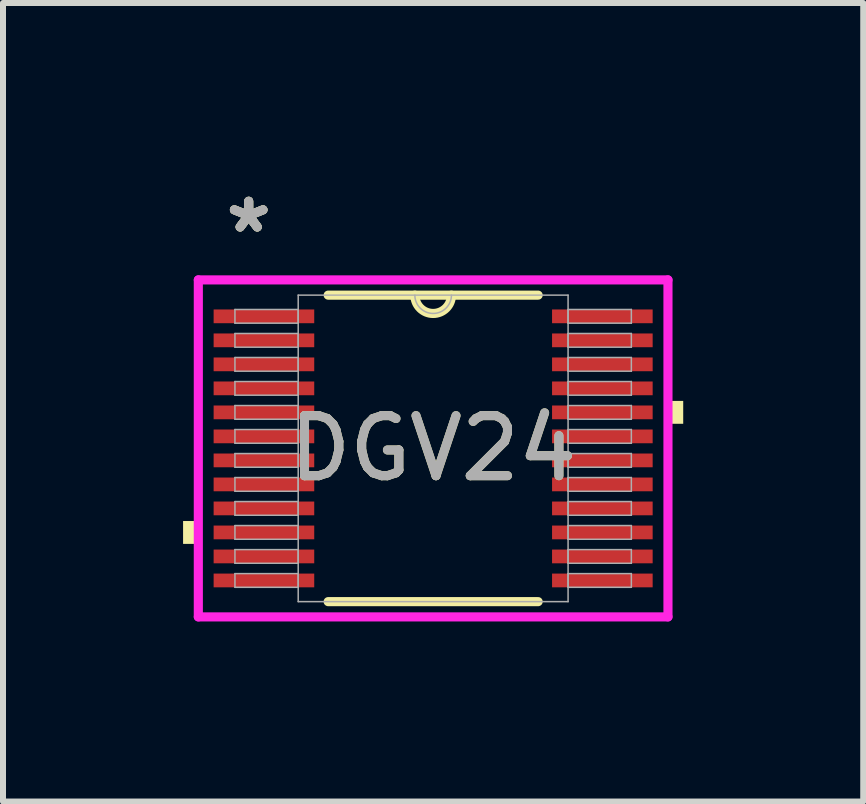
<source format=kicad_pcb>
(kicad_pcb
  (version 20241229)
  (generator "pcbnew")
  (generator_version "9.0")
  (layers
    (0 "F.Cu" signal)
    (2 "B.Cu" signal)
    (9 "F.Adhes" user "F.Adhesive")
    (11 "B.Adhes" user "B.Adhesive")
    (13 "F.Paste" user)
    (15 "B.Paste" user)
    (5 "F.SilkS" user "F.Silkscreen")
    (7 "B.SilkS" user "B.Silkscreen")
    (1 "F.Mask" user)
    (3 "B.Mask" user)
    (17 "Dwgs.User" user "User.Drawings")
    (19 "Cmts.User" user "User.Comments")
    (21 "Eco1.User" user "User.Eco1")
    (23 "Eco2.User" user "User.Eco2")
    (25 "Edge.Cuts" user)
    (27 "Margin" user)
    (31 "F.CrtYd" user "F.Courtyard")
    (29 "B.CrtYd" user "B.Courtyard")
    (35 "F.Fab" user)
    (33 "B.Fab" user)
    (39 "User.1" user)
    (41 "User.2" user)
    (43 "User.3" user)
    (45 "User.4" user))
  (footprint "DGV24"
    (layer "F.Cu")
    (at 4.166 4.42)
    (property "Reference" "DGV24" (at 0 0 0) (unlocked yes) (layer "F.SilkS") (effects (font (size 1 1) (thickness 0.15))))
    (attr smd)
    (fp_line (start -1.749 2.553) (end 1.749 2.553) (stroke (width 0.152) (type solid)) (layer "F.SilkS"))
    (fp_line (start 1.749 -2.553) (end -1.749 -2.553) (stroke (width 0.152) (type solid)) (layer "F.SilkS"))
    (fp_arc (start 0.3048 -2.5527) (mid 0 -2.2479) (end -0.3048 -2.5527) (stroke (width 0.1524) (type solid)) (layer "F.SilkS"))
    (fp_poly (pts (xy -4.166 1.21) (xy -4.166 1.591) (xy -3.912 1.591) (xy -3.912 1.21)) (stroke (width 0) (type solid)) (fill yes) (layer "F.SilkS"))
    (fp_poly (pts (xy 4.166 -0.791) (xy 4.166 -0.41) (xy 3.912 -0.41) (xy 3.912 -0.791)) (stroke (width 0) (type solid)) (fill yes) (layer "F.SilkS"))
    (fp_line (start -3.912 -2.807) (end 3.912 -2.807) (stroke (width 0.152) (type solid)) (layer "F.CrtYd"))
    (fp_line (start -3.912 2.807) (end -3.912 -2.807) (stroke (width 0.152) (type solid)) (layer "F.CrtYd"))
    (fp_line (start 3.912 -2.807) (end 3.912 2.807) (stroke (width 0.152) (type solid)) (layer "F.CrtYd"))
    (fp_line (start 3.912 2.807) (end -3.912 2.807) (stroke (width 0.152) (type solid)) (layer "F.CrtYd"))
    (fp_line (start -3.302 -2.314) (end -3.302 -2.086) (stroke (width 0.025) (type solid)) (layer "F.Fab"))
    (fp_line (start -3.302 -2.086) (end -2.248 -2.086) (stroke (width 0.025) (type solid)) (layer "F.Fab"))
    (fp_line (start -3.302 -1.914) (end -3.302 -1.686) (stroke (width 0.025) (type solid)) (layer "F.Fab"))
    (fp_line (start -3.302 -1.686) (end -2.248 -1.686) (stroke (width 0.025) (type solid)) (layer "F.Fab"))
    (fp_line (start -3.302 -1.514) (end -3.302 -1.286) (stroke (width 0.025) (type solid)) (layer "F.Fab"))
    (fp_line (start -3.302 -1.286) (end -2.248 -1.286) (stroke (width 0.025) (type solid)) (layer "F.Fab"))
    (fp_line (start -3.302 -1.114) (end -3.302 -0.886) (stroke (width 0.025) (type solid)) (layer "F.Fab"))
    (fp_line (start -3.302 -0.886) (end -2.248 -0.886) (stroke (width 0.025) (type solid)) (layer "F.Fab"))
    (fp_line (start -3.302 -0.714) (end -3.302 -0.486) (stroke (width 0.025) (type solid)) (layer "F.Fab"))
    (fp_line (start -3.302 -0.486) (end -2.248 -0.486) (stroke (width 0.025) (type solid)) (layer "F.Fab"))
    (fp_line (start -3.302 -0.314) (end -3.302 -0.086) (stroke (width 0.025) (type solid)) (layer "F.Fab"))
    (fp_line (start -3.302 -0.086) (end -2.248 -0.086) (stroke (width 0.025) (type solid)) (layer "F.Fab"))
    (fp_line (start -3.302 0.086) (end -3.302 0.314) (stroke (width 0.025) (type solid)) (layer "F.Fab"))
    (fp_line (start -3.302 0.314) (end -2.248 0.314) (stroke (width 0.025) (type solid)) (layer "F.Fab"))
    (fp_line (start -3.302 0.486) (end -3.302 0.714) (stroke (width 0.025) (type solid)) (layer "F.Fab"))
    (fp_line (start -3.302 0.714) (end -2.248 0.714) (stroke (width 0.025) (type solid)) (layer "F.Fab"))
    (fp_line (start -3.302 0.886) (end -3.302 1.114) (stroke (width 0.025) (type solid)) (layer "F.Fab"))
    (fp_line (start -3.302 1.114) (end -2.248 1.114) (stroke (width 0.025) (type solid)) (layer "F.Fab"))
    (fp_line (start -3.302 1.286) (end -3.302 1.514) (stroke (width 0.025) (type solid)) (layer "F.Fab"))
    (fp_line (start -3.302 1.514) (end -2.248 1.514) (stroke (width 0.025) (type solid)) (layer "F.Fab"))
    (fp_line (start -3.302 1.686) (end -3.302 1.914) (stroke (width 0.025) (type solid)) (layer "F.Fab"))
    (fp_line (start -3.302 1.914) (end -2.248 1.914) (stroke (width 0.025) (type solid)) (layer "F.Fab"))
    (fp_line (start -3.302 2.086) (end -3.302 2.314) (stroke (width 0.025) (type solid)) (layer "F.Fab"))
    (fp_line (start -3.302 2.314) (end -2.248 2.314) (stroke (width 0.025) (type solid)) (layer "F.Fab"))
    (fp_line (start -2.248 -2.553) (end -2.248 2.553) (stroke (width 0.025) (type solid)) (layer "F.Fab"))
    (fp_line (start -2.248 -2.314) (end -3.302 -2.314) (stroke (width 0.025) (type solid)) (layer "F.Fab"))
    (fp_line (start -2.248 -2.086) (end -2.248 -2.314) (stroke (width 0.025) (type solid)) (layer "F.Fab"))
    (fp_line (start -2.248 -1.914) (end -3.302 -1.914) (stroke (width 0.025) (type solid)) (layer "F.Fab"))
    (fp_line (start -2.248 -1.686) (end -2.248 -1.914) (stroke (width 0.025) (type solid)) (layer "F.Fab"))
    (fp_line (start -2.248 -1.514) (end -3.302 -1.514) (stroke (width 0.025) (type solid)) (layer "F.Fab"))
    (fp_line (start -2.248 -1.286) (end -2.248 -1.514) (stroke (width 0.025) (type solid)) (layer "F.Fab"))
    (fp_line (start -2.248 -1.114) (end -3.302 -1.114) (stroke (width 0.025) (type solid)) (layer "F.Fab"))
    (fp_line (start -2.248 -0.886) (end -2.248 -1.114) (stroke (width 0.025) (type solid)) (layer "F.Fab"))
    (fp_line (start -2.248 -0.714) (end -3.302 -0.714) (stroke (width 0.025) (type solid)) (layer "F.Fab"))
    (fp_line (start -2.248 -0.486) (end -2.248 -0.714) (stroke (width 0.025) (type solid)) (layer "F.Fab"))
    (fp_line (start -2.248 -0.314) (end -3.302 -0.314) (stroke (width 0.025) (type solid)) (layer "F.Fab"))
    (fp_line (start -2.248 -0.086) (end -2.248 -0.314) (stroke (width 0.025) (type solid)) (layer "F.Fab"))
    (fp_line (start -2.248 0.086) (end -3.302 0.086) (stroke (width 0.025) (type solid)) (layer "F.Fab"))
    (fp_line (start -2.248 0.314) (end -2.248 0.086) (stroke (width 0.025) (type solid)) (layer "F.Fab"))
    (fp_line (start -2.248 0.486) (end -3.302 0.486) (stroke (width 0.025) (type solid)) (layer "F.Fab"))
    (fp_line (start -2.248 0.714) (end -2.248 0.486) (stroke (width 0.025) (type solid)) (layer "F.Fab"))
    (fp_line (start -2.248 0.886) (end -3.302 0.886) (stroke (width 0.025) (type solid)) (layer "F.Fab"))
    (fp_line (start -2.248 1.114) (end -2.248 0.886) (stroke (width 0.025) (type solid)) (layer "F.Fab"))
    (fp_line (start -2.248 1.286) (end -3.302 1.286) (stroke (width 0.025) (type solid)) (layer "F.Fab"))
    (fp_line (start -2.248 1.514) (end -2.248 1.286) (stroke (width 0.025) (type solid)) (layer "F.Fab"))
    (fp_line (start -2.248 1.686) (end -3.302 1.686) (stroke (width 0.025) (type solid)) (layer "F.Fab"))
    (fp_line (start -2.248 1.914) (end -2.248 1.686) (stroke (width 0.025) (type solid)) (layer "F.Fab"))
    (fp_line (start -2.248 2.086) (end -3.302 2.086) (stroke (width 0.025) (type solid)) (layer "F.Fab"))
    (fp_line (start -2.248 2.314) (end -2.248 2.086) (stroke (width 0.025) (type solid)) (layer "F.Fab"))
    (fp_line (start -2.248 2.553) (end 2.248 2.553) (stroke (width 0.025) (type solid)) (layer "F.Fab"))
    (fp_line (start 2.248 -2.553) (end -2.248 -2.553) (stroke (width 0.025) (type solid)) (layer "F.Fab"))
    (fp_line (start 2.248 -2.314) (end 2.248 -2.086) (stroke (width 0.025) (type solid)) (layer "F.Fab"))
    (fp_line (start 2.248 -2.086) (end 3.302 -2.086) (stroke (width 0.025) (type solid)) (layer "F.Fab"))
    (fp_line (start 2.248 -1.914) (end 2.248 -1.686) (stroke (width 0.025) (type solid)) (layer "F.Fab"))
    (fp_line (start 2.248 -1.686) (end 3.302 -1.686) (stroke (width 0.025) (type solid)) (layer "F.Fab"))
    (fp_line (start 2.248 -1.514) (end 2.248 -1.286) (stroke (width 0.025) (type solid)) (layer "F.Fab"))
    (fp_line (start 2.248 -1.286) (end 3.302 -1.286) (stroke (width 0.025) (type solid)) (layer "F.Fab"))
    (fp_line (start 2.248 -1.114) (end 2.248 -0.886) (stroke (width 0.025) (type solid)) (layer "F.Fab"))
    (fp_line (start 2.248 -0.886) (end 3.302 -0.886) (stroke (width 0.025) (type solid)) (layer "F.Fab"))
    (fp_line (start 2.248 -0.714) (end 2.248 -0.486) (stroke (width 0.025) (type solid)) (layer "F.Fab"))
    (fp_line (start 2.248 -0.486) (end 3.302 -0.486) (stroke (width 0.025) (type solid)) (layer "F.Fab"))
    (fp_line (start 2.248 -0.314) (end 2.248 -0.086) (stroke (width 0.025) (type solid)) (layer "F.Fab"))
    (fp_line (start 2.248 -0.086) (end 3.302 -0.086) (stroke (width 0.025) (type solid)) (layer "F.Fab"))
    (fp_line (start 2.248 0.086) (end 2.248 0.314) (stroke (width 0.025) (type solid)) (layer "F.Fab"))
    (fp_line (start 2.248 0.314) (end 3.302 0.314) (stroke (width 0.025) (type solid)) (layer "F.Fab"))
    (fp_line (start 2.248 0.486) (end 2.248 0.714) (stroke (width 0.025) (type solid)) (layer "F.Fab"))
    (fp_line (start 2.248 0.714) (end 3.302 0.714) (stroke (width 0.025) (type solid)) (layer "F.Fab"))
    (fp_line (start 2.248 0.886) (end 2.248 1.114) (stroke (width 0.025) (type solid)) (layer "F.Fab"))
    (fp_line (start 2.248 1.114) (end 3.302 1.114) (stroke (width 0.025) (type solid)) (layer "F.Fab"))
    (fp_line (start 2.248 1.286) (end 2.248 1.514) (stroke (width 0.025) (type solid)) (layer "F.Fab"))
    (fp_line (start 2.248 1.514) (end 3.302 1.514) (stroke (width 0.025) (type solid)) (layer "F.Fab"))
    (fp_line (start 2.248 1.686) (end 2.248 1.914) (stroke (width 0.025) (type solid)) (layer "F.Fab"))
    (fp_line (start 2.248 1.914) (end 3.302 1.914) (stroke (width 0.025) (type solid)) (layer "F.Fab"))
    (fp_line (start 2.248 2.086) (end 2.248 2.314) (stroke (width 0.025) (type solid)) (layer "F.Fab"))
    (fp_line (start 2.248 2.314) (end 3.302 2.314) (stroke (width 0.025) (type solid)) (layer "F.Fab"))
    (fp_line (start 2.248 2.553) (end 2.248 -2.553) (stroke (width 0.025) (type solid)) (layer "F.Fab"))
    (fp_line (start 3.302 -2.314) (end 2.248 -2.314) (stroke (width 0.025) (type solid)) (layer "F.Fab"))
    (fp_line (start 3.302 -2.086) (end 3.302 -2.314) (stroke (width 0.025) (type solid)) (layer "F.Fab"))
    (fp_line (start 3.302 -1.914) (end 2.248 -1.914) (stroke (width 0.025) (type solid)) (layer "F.Fab"))
    (fp_line (start 3.302 -1.686) (end 3.302 -1.914) (stroke (width 0.025) (type solid)) (layer "F.Fab"))
    (fp_line (start 3.302 -1.514) (end 2.248 -1.514) (stroke (width 0.025) (type solid)) (layer "F.Fab"))
    (fp_line (start 3.302 -1.286) (end 3.302 -1.514) (stroke (width 0.025) (type solid)) (layer "F.Fab"))
    (fp_line (start 3.302 -1.114) (end 2.248 -1.114) (stroke (width 0.025) (type solid)) (layer "F.Fab"))
    (fp_line (start 3.302 -0.886) (end 3.302 -1.114) (stroke (width 0.025) (type solid)) (layer "F.Fab"))
    (fp_line (start 3.302 -0.714) (end 2.248 -0.714) (stroke (width 0.025) (type solid)) (layer "F.Fab"))
    (fp_line (start 3.302 -0.486) (end 3.302 -0.714) (stroke (width 0.025) (type solid)) (layer "F.Fab"))
    (fp_line (start 3.302 -0.314) (end 2.248 -0.314) (stroke (width 0.025) (type solid)) (layer "F.Fab"))
    (fp_line (start 3.302 -0.086) (end 3.302 -0.314) (stroke (width 0.025) (type solid)) (layer "F.Fab"))
    (fp_line (start 3.302 0.086) (end 2.248 0.086) (stroke (width 0.025) (type solid)) (layer "F.Fab"))
    (fp_line (start 3.302 0.314) (end 3.302 0.086) (stroke (width 0.025) (type solid)) (layer "F.Fab"))
    (fp_line (start 3.302 0.486) (end 2.248 0.486) (stroke (width 0.025) (type solid)) (layer "F.Fab"))
    (fp_line (start 3.302 0.714) (end 3.302 0.486) (stroke (width 0.025) (type solid)) (layer "F.Fab"))
    (fp_line (start 3.302 0.886) (end 2.248 0.886) (stroke (width 0.025) (type solid)) (layer "F.Fab"))
    (fp_line (start 3.302 1.114) (end 3.302 0.886) (stroke (width 0.025) (type solid)) (layer "F.Fab"))
    (fp_line (start 3.302 1.286) (end 2.248 1.286) (stroke (width 0.025) (type solid)) (layer "F.Fab"))
    (fp_line (start 3.302 1.514) (end 3.302 1.286) (stroke (width 0.025) (type solid)) (layer "F.Fab"))
    (fp_line (start 3.302 1.686) (end 2.248 1.686) (stroke (width 0.025) (type solid)) (layer "F.Fab"))
    (fp_line (start 3.302 1.914) (end 3.302 1.686) (stroke (width 0.025) (type solid)) (layer "F.Fab"))
    (fp_line (start 3.302 2.086) (end 2.248 2.086) (stroke (width 0.025) (type solid)) (layer "F.Fab"))
    (fp_line (start 3.302 2.314) (end 3.302 2.086) (stroke (width 0.025) (type solid)) (layer "F.Fab"))
    (fp_arc (start 0.3048 -2.5527) (mid 0 -2.2479) (end -0.3048 -2.5527) (stroke (width 0.0254) (type solid)) (layer "F.Fab"))
    (fp_text user "*" (at -3.073 -3.572 0) (layer "F.SilkS") (effects (font (size 1 1) (thickness 0.15))))
    (fp_text user "*" (at -3.073 -3.572 0) (unlocked yes) (layer "F.SilkS") (effects (font (size 1 1) (thickness 0.15))))
    (fp_text user "*" (at -3.073 -3.572 0) (layer "F.Fab") (effects (font (size 1 1) (thickness 0.15))))
    (fp_text user "*" (at -3.073 -3.572 0) (unlocked yes) (layer "F.Fab") (effects (font (size 1 1) (thickness 0.15))))
    (fp_text user "${REFERENCE}" (at 0 0 0) (unlocked yes) (layer "F.Fab") (effects (font (size 1 1) (thickness 0.15))))
    (pad "1" smd rect (at -2.819 -2.2) (size 1.676 0.229) (layers "F.Cu" "F.Mask" "F.Paste"))
    (pad "2" smd rect (at -2.819 -1.8) (size 1.676 0.229) (layers "F.Cu" "F.Mask" "F.Paste"))
    (pad "3" smd rect (at -2.819 -1.4) (size 1.676 0.229) (layers "F.Cu" "F.Mask" "F.Paste"))
    (pad "4" smd rect (at -2.819 -1) (size 1.676 0.229) (layers "F.Cu" "F.Mask" "F.Paste"))
    (pad "5" smd rect (at -2.819 -0.6) (size 1.676 0.229) (layers "F.Cu" "F.Mask" "F.Paste"))
    (pad "6" smd rect (at -2.819 -0.2) (size 1.676 0.229) (layers "F.Cu" "F.Mask" "F.Paste"))
    (pad "7" smd rect (at -2.819 0.2) (size 1.676 0.229) (layers "F.Cu" "F.Mask" "F.Paste"))
    (pad "8" smd rect (at -2.819 0.6) (size 1.676 0.229) (layers "F.Cu" "F.Mask" "F.Paste"))
    (pad "9" smd rect (at -2.819 1) (size 1.676 0.229) (layers "F.Cu" "F.Mask" "F.Paste"))
    (pad "10" smd rect (at -2.819 1.4) (size 1.676 0.229) (layers "F.Cu" "F.Mask" "F.Paste"))
    (pad "11" smd rect (at -2.819 1.8) (size 1.676 0.229) (layers "F.Cu" "F.Mask" "F.Paste"))
    (pad "12" smd rect (at -2.819 2.2) (size 1.676 0.229) (layers "F.Cu" "F.Mask" "F.Paste"))
    (pad "13" smd rect (at 2.819 2.2) (size 1.676 0.229) (layers "F.Cu" "F.Mask" "F.Paste"))
    (pad "14" smd rect (at 2.819 1.8) (size 1.676 0.229) (layers "F.Cu" "F.Mask" "F.Paste"))
    (pad "15" smd rect (at 2.819 1.4) (size 1.676 0.229) (layers "F.Cu" "F.Mask" "F.Paste"))
    (pad "16" smd rect (at 2.819 1) (size 1.676 0.229) (layers "F.Cu" "F.Mask" "F.Paste"))
    (pad "17" smd rect (at 2.819 0.6) (size 1.676 0.229) (layers "F.Cu" "F.Mask" "F.Paste"))
    (pad "18" smd rect (at 2.819 0.2) (size 1.676 0.229) (layers "F.Cu" "F.Mask" "F.Paste"))
    (pad "19" smd rect (at 2.819 -0.2) (size 1.676 0.229) (layers "F.Cu" "F.Mask" "F.Paste"))
    (pad "20" smd rect (at 2.819 -0.6) (size 1.676 0.229) (layers "F.Cu" "F.Mask" "F.Paste"))
    (pad "21" smd rect (at 2.819 -1) (size 1.676 0.229) (layers "F.Cu" "F.Mask" "F.Paste"))
    (pad "22" smd rect (at 2.819 -1.4) (size 1.676 0.229) (layers "F.Cu" "F.Mask" "F.Paste"))
    (pad "23" smd rect (at 2.819 -1.8) (size 1.676 0.229) (layers "F.Cu" "F.Mask" "F.Paste"))
    (pad "24" smd rect (at 2.819 -2.2) (size 1.676 0.229) (layers "F.Cu" "F.Mask" "F.Paste")))
  (gr_rect
    (start -3 -3)
    (end 11.331 10.303)
    (stroke (width 0.1) (type default))
    (fill no)
    (layer "Edge.Cuts")))
</source>
